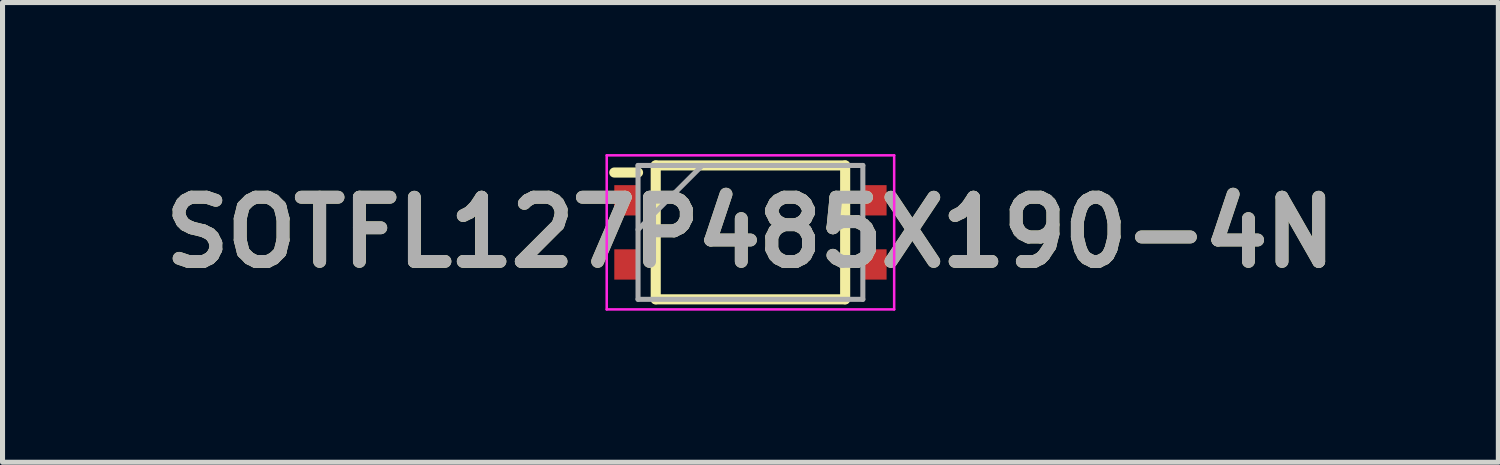
<source format=kicad_pcb>
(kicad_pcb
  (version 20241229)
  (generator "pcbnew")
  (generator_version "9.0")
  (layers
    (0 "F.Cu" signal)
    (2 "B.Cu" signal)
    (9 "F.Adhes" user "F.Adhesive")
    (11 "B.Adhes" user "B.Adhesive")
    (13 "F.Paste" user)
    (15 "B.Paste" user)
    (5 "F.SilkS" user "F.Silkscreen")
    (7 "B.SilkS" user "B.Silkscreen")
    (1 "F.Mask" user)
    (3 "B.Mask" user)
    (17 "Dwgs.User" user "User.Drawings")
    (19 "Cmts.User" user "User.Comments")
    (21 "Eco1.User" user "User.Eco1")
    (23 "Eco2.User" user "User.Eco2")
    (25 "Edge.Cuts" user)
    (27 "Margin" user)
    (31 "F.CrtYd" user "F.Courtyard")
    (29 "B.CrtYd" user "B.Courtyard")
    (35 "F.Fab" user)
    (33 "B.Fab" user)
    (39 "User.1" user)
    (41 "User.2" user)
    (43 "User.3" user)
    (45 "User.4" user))
  (footprint "SOTFL127P485X190-4N"
    (layer "F.Cu")
    (at 11.805 1.55)
    (property "Reference" "SOTFL127P485X190-4N" (at 0 0 0) (layer "F.SilkS") (effects (font (size 1.27 1.27) (thickness 0.254))))
    (attr smd)
    (fp_line (start -2.695 -1.185) (end -2.225 -1.185) (stroke (width 0.2) (type solid)) (layer "F.SilkS"))
    (fp_line (start -1.875 -1.325) (end 1.875 -1.325) (stroke (width 0.2) (type solid)) (layer "F.SilkS"))
    (fp_line (start -1.875 1.325) (end -1.875 -1.325) (stroke (width 0.2) (type solid)) (layer "F.SilkS"))
    (fp_line (start 1.875 -1.325) (end 1.875 1.325) (stroke (width 0.2) (type solid)) (layer "F.SilkS"))
    (fp_line (start 1.875 1.325) (end -1.875 1.325) (stroke (width 0.2) (type solid)) (layer "F.SilkS"))
    (fp_line (start -2.845 -1.525) (end 2.845 -1.525) (stroke (width 0.05) (type solid)) (layer "F.CrtYd"))
    (fp_line (start -2.845 1.525) (end -2.845 -1.525) (stroke (width 0.05) (type solid)) (layer "F.CrtYd"))
    (fp_line (start 2.845 -1.525) (end 2.845 1.525) (stroke (width 0.05) (type solid)) (layer "F.CrtYd"))
    (fp_line (start 2.845 1.525) (end -2.845 1.525) (stroke (width 0.05) (type solid)) (layer "F.CrtYd"))
    (fp_line (start -2.225 -1.325) (end 2.225 -1.325) (stroke (width 0.1) (type solid)) (layer "F.Fab"))
    (fp_line (start -2.225 -0.055) (end -0.955 -1.325) (stroke (width 0.1) (type solid)) (layer "F.Fab"))
    (fp_line (start -2.225 1.325) (end -2.225 -1.325) (stroke (width 0.1) (type solid)) (layer "F.Fab"))
    (fp_line (start 2.225 -1.325) (end 2.225 1.325) (stroke (width 0.1) (type solid)) (layer "F.Fab"))
    (fp_line (start 2.225 1.325) (end -2.225 1.325) (stroke (width 0.1) (type solid)) (layer "F.Fab"))
    (fp_text user "${REFERENCE}" (at 0 0 0) (layer "F.Fab") (effects (font (size 1.27 1.27) (thickness 0.254))))
    (pad "1" smd rect (at -2.46 -0.635) (size 0.47 0.6) (layers "F.Cu" "F.Mask" "F.Paste"))
    (pad "2" smd rect (at -2.46 0.635) (size 0.47 0.6) (layers "F.Cu" "F.Mask" "F.Paste"))
    (pad "3" smd rect (at 2.46 0.635) (size 0.47 0.6) (layers "F.Cu" "F.Mask" "F.Paste"))
    (pad "4" smd rect (at 2.46 -0.635) (size 0.47 0.6) (layers "F.Cu" "F.Mask" "F.Paste")))
  (gr_rect
    (start -3 -3)
    (end 26.61 6.1)
    (stroke (width 0.1) (type default))
    (fill no)
    (layer "Edge.Cuts")))
</source>
